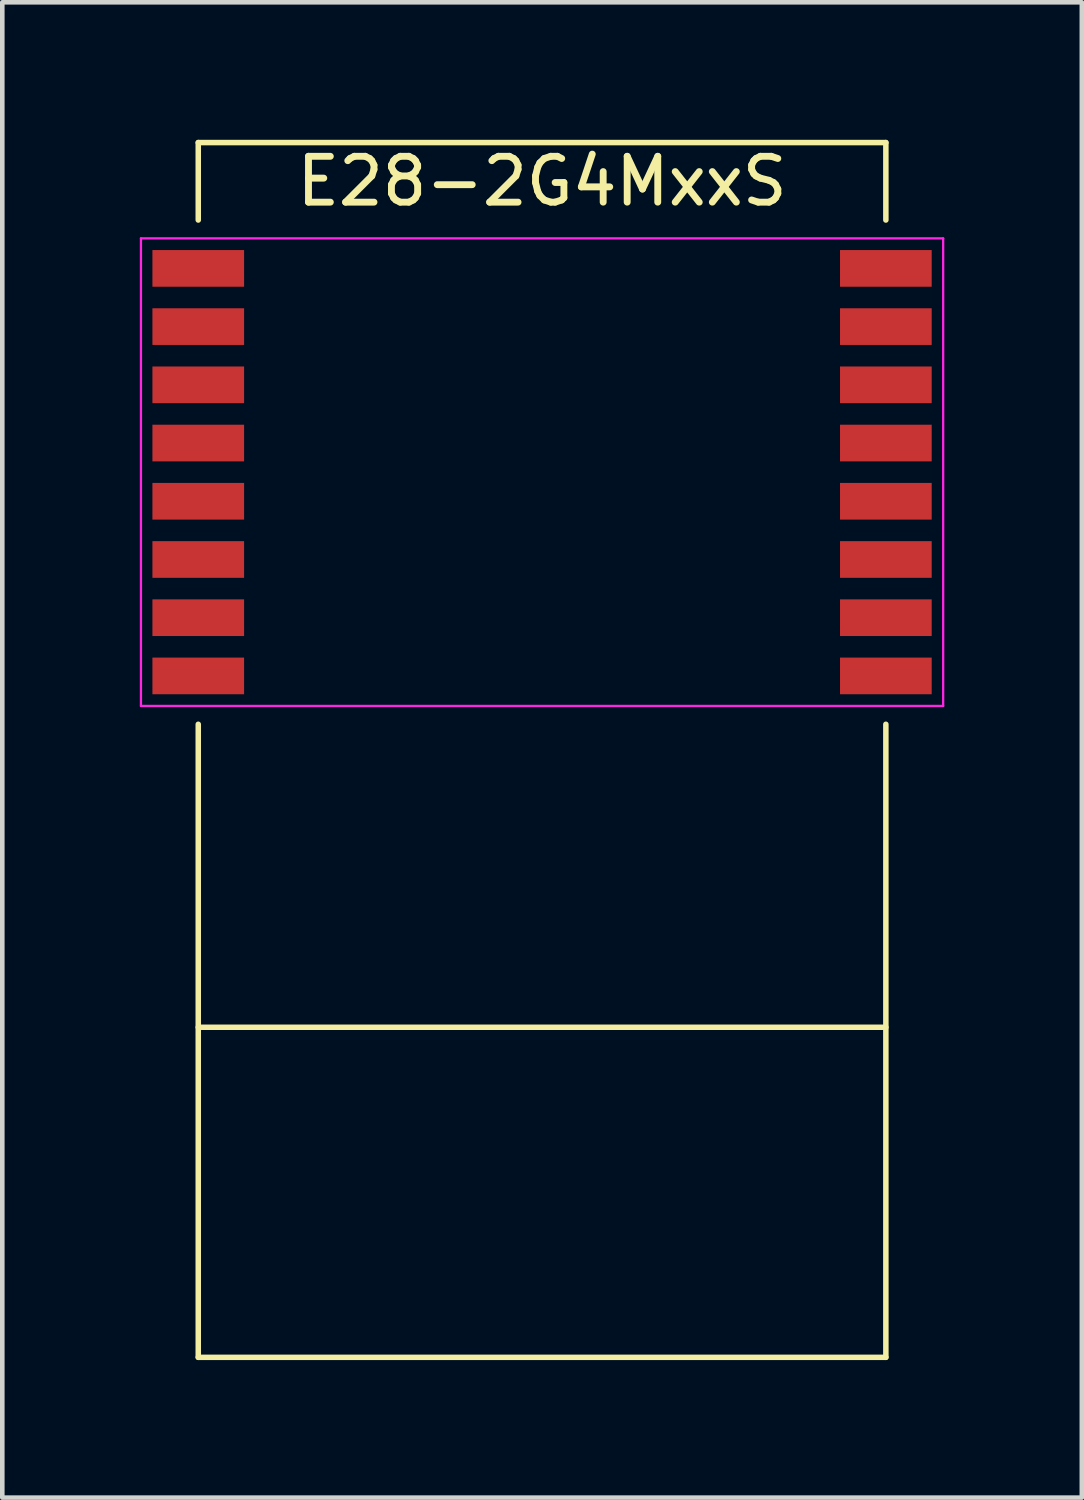
<source format=kicad_pcb>
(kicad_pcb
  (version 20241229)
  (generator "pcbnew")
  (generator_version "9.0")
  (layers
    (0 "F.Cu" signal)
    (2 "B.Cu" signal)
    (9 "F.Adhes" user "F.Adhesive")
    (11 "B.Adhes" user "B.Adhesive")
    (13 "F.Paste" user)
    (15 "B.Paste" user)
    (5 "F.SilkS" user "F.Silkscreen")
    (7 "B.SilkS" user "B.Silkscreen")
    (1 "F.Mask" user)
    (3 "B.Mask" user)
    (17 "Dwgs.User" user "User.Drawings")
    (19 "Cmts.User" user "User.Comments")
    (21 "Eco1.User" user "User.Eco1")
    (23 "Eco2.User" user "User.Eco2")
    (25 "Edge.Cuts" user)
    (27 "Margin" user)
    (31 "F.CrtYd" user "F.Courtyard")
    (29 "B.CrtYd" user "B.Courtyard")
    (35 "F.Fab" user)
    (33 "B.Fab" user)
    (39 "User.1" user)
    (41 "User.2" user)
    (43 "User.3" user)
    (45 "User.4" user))
  (footprint "E28-2G4MxxS"
    (layer "F.Cu")
    (at 8.775 7.25)
    (property "Reference" "E28-2G4MxxS" (at 0 -6.345 0) (layer "F.SilkS") (effects (font (size 1 1) (thickness 0.15))))
    (attr smd)
    (fp_line (start -7.5 -7.19) (end 7.5 -7.19) (stroke (width 0.12) (type solid)) (layer "F.SilkS"))
    (fp_line (start -7.5 -5.5) (end -7.5 -7.19) (stroke (width 0.12) (type solid)) (layer "F.SilkS"))
    (fp_line (start -7.5 12.11) (end 7.5 12.11) (stroke (width 0.12) (type solid)) (layer "F.SilkS"))
    (fp_line (start -7.5 19.31) (end -7.5 5.5) (stroke (width 0.12) (type solid)) (layer "F.SilkS"))
    (fp_line (start -7.5 19.31) (end 7.5 19.31) (stroke (width 0.12) (type solid)) (layer "F.SilkS"))
    (fp_line (start 7.5 -5.5) (end 7.5 -7.19) (stroke (width 0.12) (type solid)) (layer "F.SilkS"))
    (fp_line (start 7.5 19.31) (end 7.5 5.5) (stroke (width 0.12) (type solid)) (layer "F.SilkS"))
    (fp_line (start -8.75 -5.1) (end 8.75 -5.1) (stroke (width 0.05) (type solid)) (layer "F.CrtYd"))
    (fp_line (start -8.75 5.1) (end -8.75 -5.1) (stroke (width 0.05) (type solid)) (layer "F.CrtYd"))
    (fp_line (start -8.75 5.1) (end 8.75 5.1) (stroke (width 0.05) (type solid)) (layer "F.CrtYd"))
    (fp_line (start 8.75 -5.1) (end 8.75 5.1) (stroke (width 0.05) (type solid)) (layer "F.CrtYd"))
    (pad "1" smd rect (at -7.5 -4.445 270) (size 0.8 2) (layers "F.Cu" "F.Mask" "F.Paste"))
    (pad "2" smd rect (at -7.5 -3.175 270) (size 0.8 2) (layers "F.Cu" "F.Mask" "F.Paste"))
    (pad "3" smd rect (at -7.5 -1.905 270) (size 0.8 2) (layers "F.Cu" "F.Mask" "F.Paste"))
    (pad "4" smd rect (at -7.5 -0.635 270) (size 0.8 2) (layers "F.Cu" "F.Mask" "F.Paste"))
    (pad "5" smd rect (at -7.5 0.635 270) (size 0.8 2) (layers "F.Cu" "F.Mask" "F.Paste"))
    (pad "6" smd rect (at -7.5 1.905 270) (size 0.8 2) (layers "F.Cu" "F.Mask" "F.Paste"))
    (pad "7" smd rect (at -7.5 3.175 270) (size 0.8 2) (layers "F.Cu" "F.Mask" "F.Paste"))
    (pad "8" smd rect (at -7.5 4.445 270) (size 0.8 2) (layers "F.Cu" "F.Mask" "F.Paste"))
    (pad "9" smd rect (at 7.5 4.445 270) (size 0.8 2) (layers "F.Cu" "F.Mask" "F.Paste"))
    (pad "10" smd rect (at 7.5 3.175 270) (size 0.8 2) (layers "F.Cu" "F.Mask" "F.Paste"))
    (pad "11" smd rect (at 7.5 1.905 270) (size 0.8 2) (layers "F.Cu" "F.Mask" "F.Paste"))
    (pad "12" smd rect (at 7.5 0.635 270) (size 0.8 2) (layers "F.Cu" "F.Mask" "F.Paste"))
    (pad "13" smd rect (at 7.5 -0.635 270) (size 0.8 2) (layers "F.Cu" "F.Mask" "F.Paste"))
    (pad "14" smd rect (at 7.5 -1.905 270) (size 0.8 2) (layers "F.Cu" "F.Mask" "F.Paste"))
    (pad "15" smd rect (at 7.5 -3.175 270) (size 0.8 2) (layers "F.Cu" "F.Mask" "F.Paste"))
    (pad "16" smd rect (at 7.5 -4.445 270) (size 0.8 2) (layers "F.Cu" "F.Mask" "F.Paste")))
  (gr_rect
    (start -3 -3)
    (end 20.55 29.62)
    (stroke (width 0.1) (type default))
    (fill no)
    (layer "Edge.Cuts")))
</source>
